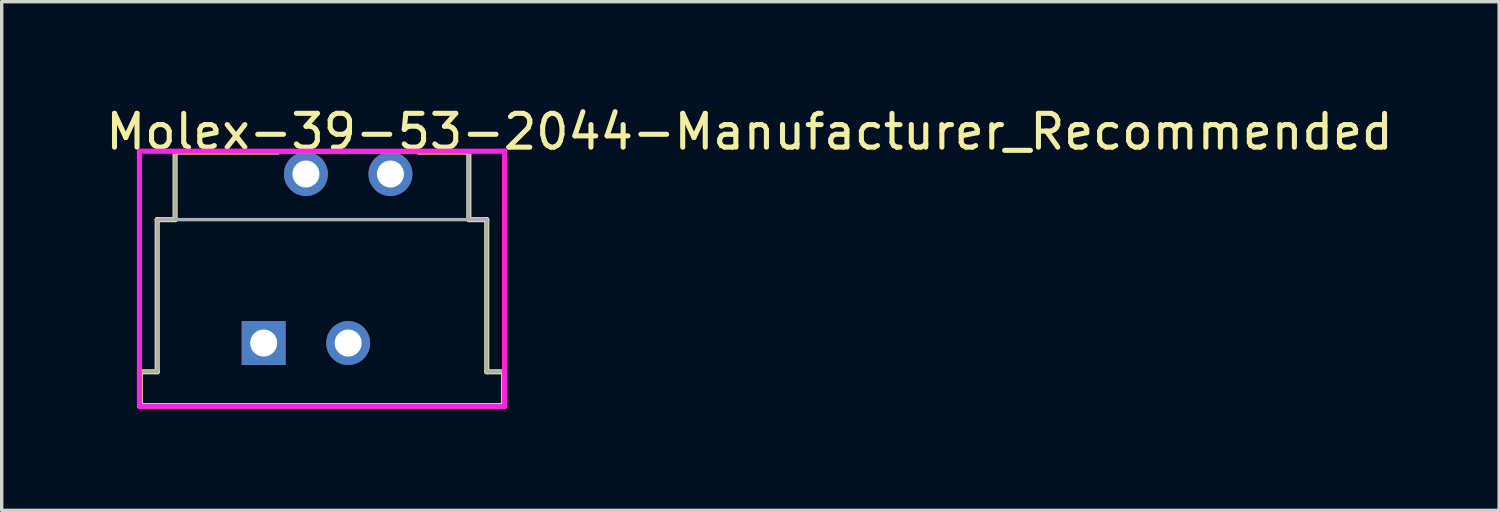
<source format=kicad_pcb>
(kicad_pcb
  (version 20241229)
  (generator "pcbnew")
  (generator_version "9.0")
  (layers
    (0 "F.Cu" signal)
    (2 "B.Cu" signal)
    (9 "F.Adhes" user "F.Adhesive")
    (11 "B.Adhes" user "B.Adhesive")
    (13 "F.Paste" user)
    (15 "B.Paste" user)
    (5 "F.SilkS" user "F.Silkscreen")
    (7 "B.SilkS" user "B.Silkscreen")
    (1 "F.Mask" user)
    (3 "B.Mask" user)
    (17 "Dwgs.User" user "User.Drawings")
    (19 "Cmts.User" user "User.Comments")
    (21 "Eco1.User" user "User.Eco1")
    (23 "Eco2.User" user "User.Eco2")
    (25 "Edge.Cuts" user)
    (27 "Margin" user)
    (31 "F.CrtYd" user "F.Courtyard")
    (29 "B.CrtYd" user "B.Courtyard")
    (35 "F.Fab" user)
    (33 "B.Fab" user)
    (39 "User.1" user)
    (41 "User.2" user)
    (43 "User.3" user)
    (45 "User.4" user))
  (footprint "Molex-39-53-2044-Manufacturer_Recommended"
    (layer "F.Cu")
    (at 4.75 7.098)
    (property "Reference" "Molex-39-53-2044-Manufacturer_Recommended" (at -4.75 -6.25 0) (layer "F.SilkS") (effects (font (size 1 1) (thickness 0.15)) (justify left)))
    (attr through_hole)
    (fp_line (start -3.65 0.85) (end -3.15 0.85) (stroke (width 0.15) (type solid)) (layer "F.SilkS"))
    (fp_line (start -3.65 1.85) (end -3.65 0.85) (stroke (width 0.15) (type solid)) (layer "F.SilkS"))
    (fp_line (start -3.65 1.85) (end 7.1 1.85) (stroke (width 0.15) (type solid)) (layer "F.SilkS"))
    (fp_line (start -3.15 -3.65) (end -2.62 -3.65) (stroke (width 0.15) (type solid)) (layer "F.SilkS"))
    (fp_line (start -3.15 0.85) (end -3.15 -3.65) (stroke (width 0.15) (type solid)) (layer "F.SilkS"))
    (fp_line (start -2.62 -5.65) (end 0.425 -5.65) (stroke (width 0.15) (type solid)) (layer "F.SilkS"))
    (fp_line (start -2.62 -3.65) (end -2.62 -5.65) (stroke (width 0.15) (type solid)) (layer "F.SilkS"))
    (fp_line (start 4.575 -5.65) (end 6.07 -5.65) (stroke (width 0.15) (type solid)) (layer "F.SilkS"))
    (fp_line (start 6.07 -3.65) (end 6.07 -5.65) (stroke (width 0.15) (type solid)) (layer "F.SilkS"))
    (fp_line (start 6.07 -3.65) (end 6.6 -3.65) (stroke (width 0.15) (type solid)) (layer "F.SilkS"))
    (fp_line (start 6.6 0.85) (end 6.6 -3.65) (stroke (width 0.15) (type solid)) (layer "F.SilkS"))
    (fp_line (start 6.6 0.85) (end 7.1 0.85) (stroke (width 0.15) (type solid)) (layer "F.SilkS"))
    (fp_line (start 7.1 1.85) (end 7.1 0.85) (stroke (width 0.15) (type solid)) (layer "F.SilkS"))
    (fp_line (start -3.675 -5.675) (end -3.675 1.875) (stroke (width 0.15) (type solid)) (layer "F.CrtYd"))
    (fp_line (start -3.675 1.875) (end 7.125 1.875) (stroke (width 0.15) (type solid)) (layer "F.CrtYd"))
    (fp_line (start 7.125 -5.675) (end -3.675 -5.675) (stroke (width 0.15) (type solid)) (layer "F.CrtYd"))
    (fp_line (start 7.125 -5.675) (end 7.125 -5.675) (stroke (width 0.15) (type solid)) (layer "F.CrtYd"))
    (fp_line (start 7.125 1.875) (end 7.125 -5.675) (stroke (width 0.15) (type solid)) (layer "F.CrtYd"))
    (fp_line (start -3.65 0.85) (end -3.15 0.85) (stroke (width 0.1) (type solid)) (layer "F.Fab"))
    (fp_line (start -3.65 1.85) (end -3.65 0.85) (stroke (width 0.1) (type solid)) (layer "F.Fab"))
    (fp_line (start -3.65 1.85) (end 7.1 1.85) (stroke (width 0.1) (type solid)) (layer "F.Fab"))
    (fp_line (start -3.15 0.85) (end -3.15 -3.65) (stroke (width 0.1) (type solid)) (layer "F.Fab"))
    (fp_line (start -3.15 -3.65) (end 6.6 -3.65) (stroke (width 0.1) (type solid)) (layer "F.Fab"))
    (fp_line (start -2.62 -5.65) (end 6.07 -5.65) (stroke (width 0.1) (type solid)) (layer "F.Fab"))
    (fp_line (start -2.62 -3.65) (end -2.62 -5.65) (stroke (width 0.1) (type solid)) (layer "F.Fab"))
    (fp_line (start 6.07 -3.65) (end 6.07 -5.65) (stroke (width 0.1) (type solid)) (layer "F.Fab"))
    (fp_line (start 6.6 0.85) (end 6.6 -3.65) (stroke (width 0.1) (type solid)) (layer "F.Fab"))
    (fp_line (start 6.6 0.85) (end 7.1 0.85) (stroke (width 0.1) (type solid)) (layer "F.Fab"))
    (fp_line (start 7.1 1.85) (end 7.1 0.85) (stroke (width 0.1) (type solid)) (layer "F.Fab"))
    (pad "1" thru_hole rect (at 0 0) (size 1.3 1.3) (drill 0.8) (layers "*.Cu"))
    (pad "2" thru_hole circle (at 1.25 -5) (size 1.3 1.3) (drill 0.8) (layers "*.Cu"))
    (pad "3" thru_hole circle (at 2.5 0) (size 1.3 1.3) (drill 0.8) (layers "*.Cu"))
    (pad "4" thru_hole circle (at 3.75 -5) (size 1.3 1.3) (drill 0.8) (layers "*.Cu")))
  (gr_rect
    (start -3 -3)
    (end 41.298 12.048)
    (stroke (width 0.1) (type default))
    (fill no)
    (layer "Edge.Cuts")))
</source>
